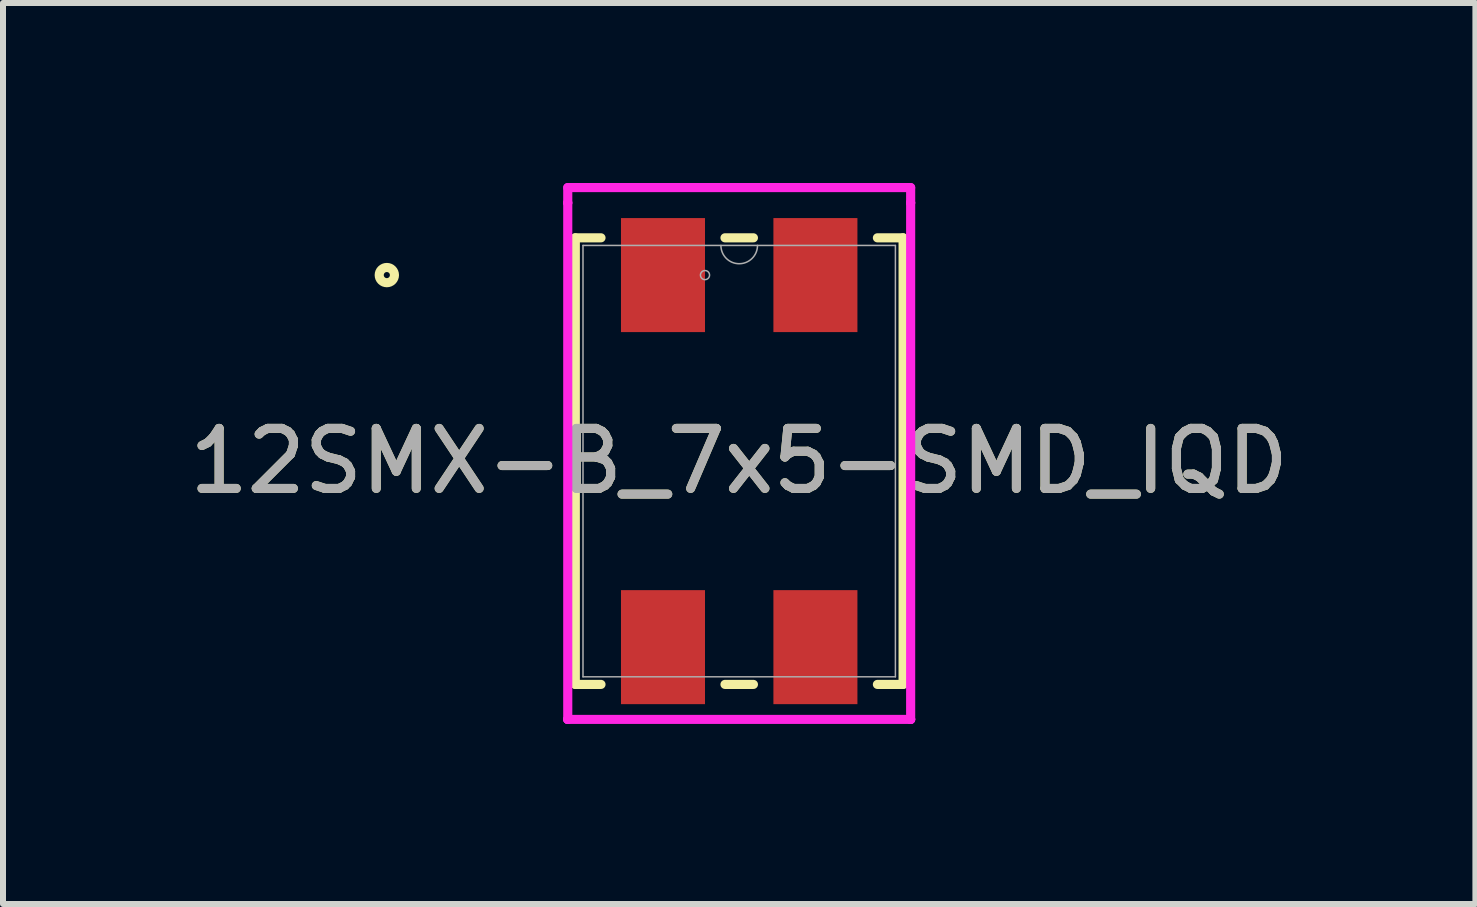
<source format=kicad_pcb>
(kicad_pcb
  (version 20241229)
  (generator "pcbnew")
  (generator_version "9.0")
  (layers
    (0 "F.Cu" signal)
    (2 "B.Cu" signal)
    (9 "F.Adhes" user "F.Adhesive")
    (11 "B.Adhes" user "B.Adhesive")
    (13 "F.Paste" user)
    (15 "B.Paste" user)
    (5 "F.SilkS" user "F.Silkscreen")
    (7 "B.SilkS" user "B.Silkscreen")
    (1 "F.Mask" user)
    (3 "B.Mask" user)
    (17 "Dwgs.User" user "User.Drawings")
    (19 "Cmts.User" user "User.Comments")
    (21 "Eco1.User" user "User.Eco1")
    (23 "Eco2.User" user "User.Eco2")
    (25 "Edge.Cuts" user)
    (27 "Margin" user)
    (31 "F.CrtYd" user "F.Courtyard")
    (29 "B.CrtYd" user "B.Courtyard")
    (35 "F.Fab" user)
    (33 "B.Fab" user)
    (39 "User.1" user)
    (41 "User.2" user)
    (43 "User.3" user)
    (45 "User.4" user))
  (footprint "12SMX-B_7x5-SMD_IQD"
    (layer "F.Cu")
    (at 9.268 4.634)
    (property "Reference" "12SMX-B_7x5-SMD_IQD" (at 0 0 0) (unlocked yes) (layer "F.SilkS") (effects (font (size 1 1) (thickness 0.15))))
    (attr smd)
    (fp_line (start -2.731 -3.721) (end -2.731 3.721) (stroke (width 0.152) (type solid)) (layer "F.SilkS"))
    (fp_line (start -2.731 3.721) (end -2.303 3.721) (stroke (width 0.152) (type solid)) (layer "F.SilkS"))
    (fp_line (start -2.303 -3.721) (end -2.731 -3.721) (stroke (width 0.152) (type solid)) (layer "F.SilkS"))
    (fp_line (start -0.237 3.721) (end 0.237 3.721) (stroke (width 0.152) (type solid)) (layer "F.SilkS"))
    (fp_line (start 0.237 -3.721) (end -0.237 -3.721) (stroke (width 0.152) (type solid)) (layer "F.SilkS"))
    (fp_line (start 2.303 3.721) (end 2.731 3.721) (stroke (width 0.152) (type solid)) (layer "F.SilkS"))
    (fp_line (start 2.731 -3.721) (end 2.303 -3.721) (stroke (width 0.152) (type solid)) (layer "F.SilkS"))
    (fp_line (start 2.731 3.721) (end 2.731 -3.721) (stroke (width 0.152) (type solid)) (layer "F.SilkS"))
    (fp_circle (center -5.872 -3.1) (end -5.745 -3.1) (stroke (width 0.152) (type solid)) (fill no) (layer "F.SilkS"))
    (fp_line (start -2.857 -4.558) (end 2.857 -4.558) (stroke (width 0.152) (type solid)) (layer "F.CrtYd"))
    (fp_line (start -2.857 -4.304) (end -2.857 -4.558) (stroke (width 0.152) (type solid)) (layer "F.CrtYd"))
    (fp_line (start -2.857 -4.304) (end -2.857 -4.304) (stroke (width 0.152) (type solid)) (layer "F.CrtYd"))
    (fp_line (start -2.857 4.304) (end -2.857 -4.304) (stroke (width 0.152) (type solid)) (layer "F.CrtYd"))
    (fp_line (start -2.857 4.304) (end -2.857 4.304) (stroke (width 0.152) (type solid)) (layer "F.CrtYd"))
    (fp_line (start -2.857 4.304) (end -2.857 4.304) (stroke (width 0.152) (type solid)) (layer "F.CrtYd"))
    (fp_line (start 2.857 -4.558) (end 2.857 -4.304) (stroke (width 0.152) (type solid)) (layer "F.CrtYd"))
    (fp_line (start 2.857 -4.304) (end 2.857 -4.304) (stroke (width 0.152) (type solid)) (layer "F.CrtYd"))
    (fp_line (start 2.857 -4.304) (end 2.857 4.304) (stroke (width 0.152) (type solid)) (layer "F.CrtYd"))
    (fp_line (start 2.857 4.304) (end -2.857 4.304) (stroke (width 0.152) (type solid)) (layer "F.CrtYd"))
    (fp_line (start 2.857 4.304) (end 2.857 4.304) (stroke (width 0.152) (type solid)) (layer "F.CrtYd"))
    (fp_line (start 2.857 4.304) (end 2.857 4.304) (stroke (width 0.152) (type solid)) (layer "F.CrtYd"))
    (fp_line (start -2.603 -3.594) (end -2.603 3.594) (stroke (width 0.025) (type solid)) (layer "F.Fab"))
    (fp_line (start -2.603 3.594) (end 2.603 3.594) (stroke (width 0.025) (type solid)) (layer "F.Fab"))
    (fp_line (start 2.603 -3.594) (end -2.603 -3.594) (stroke (width 0.025) (type solid)) (layer "F.Fab"))
    (fp_line (start 2.603 3.594) (end 2.603 -3.594) (stroke (width 0.025) (type solid)) (layer "F.Fab"))
    (fp_arc (start 0.3048 -3.5941) (mid 0 -3.2893) (end -0.3048 -3.5941) (stroke (width 0.0254) (type solid)) (layer "F.Fab"))
    (fp_circle (center -0.57 -3.1) (end -0.494 -3.1) (stroke (width 0.025) (type solid)) (fill no) (layer "F.Fab"))
    (fp_text user "${REFERENCE}" (at 0 0 0) (unlocked yes) (layer "F.Fab") (effects (font (size 1 1) (thickness 0.15))))
    (pad "1" smd rect (at -1.27 -3.1) (size 1.4 1.9) (layers "F.Cu" "F.Mask" "F.Paste"))
    (pad "2" smd rect (at 1.27 -3.1) (size 1.4 1.9) (layers "F.Cu" "F.Mask" "F.Paste"))
    (pad "3" smd rect (at 1.27 3.1) (size 1.4 1.9) (layers "F.Cu" "F.Mask" "F.Paste"))
    (pad "4" smd rect (at -1.27 3.1) (size 1.4 1.9) (layers "F.Cu" "F.Mask" "F.Paste")))
  (gr_rect
    (start -3 -3)
    (end 21.536 12.014)
    (stroke (width 0.1) (type default))
    (fill no)
    (layer "Edge.Cuts")))
</source>
